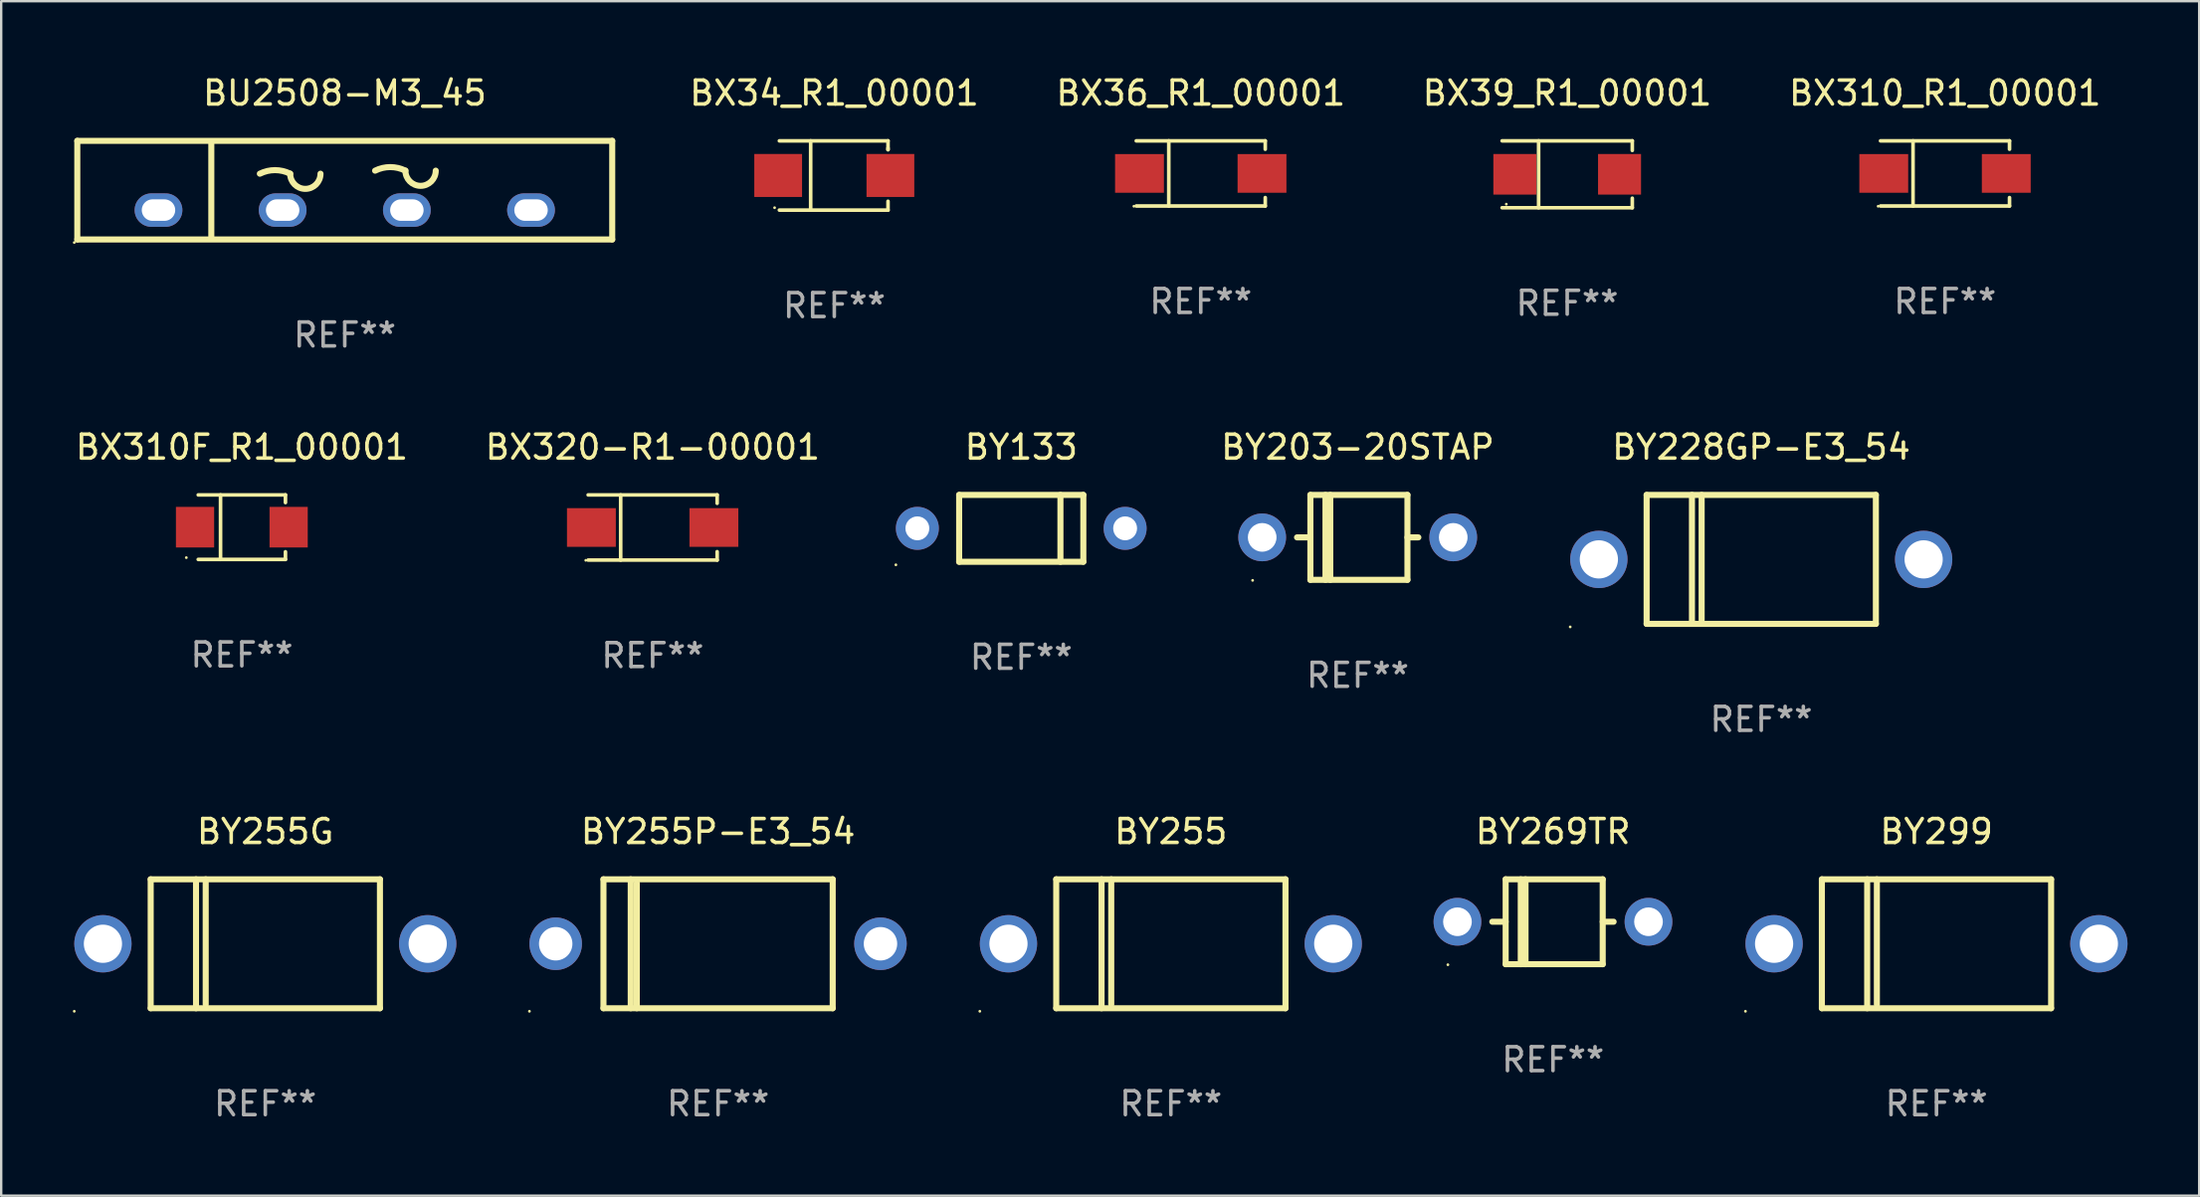
<source format=kicad_pcb>
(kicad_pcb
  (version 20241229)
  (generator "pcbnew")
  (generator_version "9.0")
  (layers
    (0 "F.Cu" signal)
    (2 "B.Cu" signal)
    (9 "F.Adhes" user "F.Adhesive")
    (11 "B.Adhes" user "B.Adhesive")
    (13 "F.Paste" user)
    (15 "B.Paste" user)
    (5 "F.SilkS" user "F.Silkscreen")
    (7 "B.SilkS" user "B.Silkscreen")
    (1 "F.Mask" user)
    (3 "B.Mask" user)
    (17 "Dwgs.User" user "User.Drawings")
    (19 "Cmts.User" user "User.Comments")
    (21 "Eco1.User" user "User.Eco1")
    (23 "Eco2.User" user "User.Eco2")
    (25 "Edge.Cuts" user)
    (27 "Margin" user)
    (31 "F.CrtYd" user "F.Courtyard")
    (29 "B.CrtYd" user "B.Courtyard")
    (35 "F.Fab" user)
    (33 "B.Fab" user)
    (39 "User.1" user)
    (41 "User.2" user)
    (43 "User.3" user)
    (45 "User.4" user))
  (footprint "BY255"
    (layer "F.Cu")
    (at 45.98 36.471)
    (property "Reference" "BY255" (at 0 -4.7 0) (layer "F.SilkS") (effects (font (size 1 1) (thickness 0.15))))
    (attr through_hole)
    (fp_line (start -4.8 -2.7) (end -4.8 2.7) (stroke (width 0.254) (type solid)) (layer "F.SilkS"))
    (fp_line (start -4.8 -2.7) (end 4.8 -2.7) (stroke (width 0.254) (type solid)) (layer "F.SilkS"))
    (fp_line (start -2.902 -2.7) (end -2.902 2.7) (stroke (width 0.254) (type solid)) (layer "F.SilkS"))
    (fp_line (start -2.496 -2.7) (end -2.496 2.54) (stroke (width 0.254) (type solid)) (layer "F.SilkS"))
    (fp_line (start 4.8 -2.7) (end 4.8 2.7) (stroke (width 0.254) (type solid)) (layer "F.SilkS"))
    (fp_line (start 4.8 2.7) (end -4.8 2.7) (stroke (width 0.254) (type solid)) (layer "F.SilkS"))
    (fp_circle (center -8 2.827) (end -7.97 2.827) (stroke (width 0.06) (type solid)) (fill no) (layer "F.SilkS"))
    (fp_text user "REF**" (at 0 6.7 0) (layer "F.Fab") (effects (font (size 1 1) (thickness 0.15))))
    (pad "1" thru_hole circle (at -6.8 0) (size 2.4 2.4) (drill 1.6) (layers "*.Cu" "*.Mask"))
    (pad "2" thru_hole circle (at 6.8 0) (size 2.4 2.4) (drill 1.6) (layers "*.Cu" "*.Mask")))
  (footprint "BX39_R1_00001"
    (layer "F.Cu")
    (at 62.577 4.249)
    (property "Reference" "BX39_R1_00001" (at 0 -3.401 0) (layer "F.SilkS") (effects (font (size 1 1) (thickness 0.15))))
    (attr through_hole)
    (fp_line (start -2.726 -1.401) (end 2.726 -1.401) (stroke (width 0.152) (type solid)) (layer "F.SilkS"))
    (fp_line (start -2.726 1.401) (end 2.726 1.401) (stroke (width 0.152) (type solid)) (layer "F.SilkS"))
    (fp_line (start -1.197 -1.401) (end -1.197 1.401) (stroke (width 0.152) (type solid)) (layer "F.SilkS"))
    (fp_line (start 2.726 -1.401) (end 2.726 -1) (stroke (width 0.152) (type solid)) (layer "F.SilkS"))
    (fp_line (start 2.726 1.401) (end 2.726 1) (stroke (width 0.152) (type solid)) (layer "F.SilkS"))
    (fp_circle (center -2.55 1.25) (end -2.52 1.25) (stroke (width 0.06) (type solid)) (fill no) (layer "F.SilkS"))
    (fp_text user "REF**" (at 0 5.401 0) (layer "F.Fab") (effects (font (size 1 1) (thickness 0.15))))
    (pad "1" smd rect (at -2.192 0) (size 1.8 1.7) (layers "F.Cu" "F.Mask" "F.Paste"))
    (pad "2" smd rect (at 2.192 0) (size 1.8 1.7) (layers "F.Cu" "F.Mask" "F.Paste")))
  (footprint "BY269TR"
    (layer "F.Cu")
    (at 61.981 35.549)
    (property "Reference" "BY269TR" (at 0 -3.778 0) (layer "F.SilkS") (effects (font (size 1 1) (thickness 0.15))))
    (attr through_hole)
    (fp_line (start -1.981 -1.778) (end -1.981 1.778) (stroke (width 0.254) (type solid)) (layer "F.SilkS"))
    (fp_line (start -1.981 0) (end -2.54 0) (stroke (width 0.254) (type solid)) (layer "F.SilkS"))
    (fp_line (start -1.981 1.778) (end 2.083 1.778) (stroke (width 0.254) (type solid)) (layer "F.SilkS"))
    (fp_line (start -1.349 1.778) (end -1.349 -1.778) (stroke (width 0.254) (type solid)) (layer "F.SilkS"))
    (fp_line (start -1.149 1.778) (end -1.149 -1.778) (stroke (width 0.254) (type solid)) (layer "F.SilkS"))
    (fp_line (start 2.083 -1.778) (end -1.981 -1.778) (stroke (width 0.254) (type solid)) (layer "F.SilkS"))
    (fp_line (start 2.083 1.778) (end 2.083 -1.778) (stroke (width 0.254) (type solid)) (layer "F.SilkS"))
    (fp_line (start 2.54 0) (end 2.083 0) (stroke (width 0.254) (type solid)) (layer "F.SilkS"))
    (fp_circle (center -4.4 1.8) (end -4.37 1.8) (stroke (width 0.06) (type solid)) (fill no) (layer "F.SilkS"))
    (fp_text user "REF**" (at 0 5.778 0) (layer "F.Fab") (effects (font (size 1 1) (thickness 0.15))))
    (pad "1" thru_hole circle (at -4 0) (size 2 2) (drill 1.2) (layers "*.Cu" "*.Mask"))
    (pad "2" thru_hole circle (at 4 0) (size 2 2) (drill 1.2) (layers "*.Cu" "*.Mask")))
  (footprint "BY133"
    (layer "F.Cu")
    (at 39.715 19.075)
    (property "Reference" "BY133" (at 0 -3.4 0) (layer "F.SilkS") (effects (font (size 1 1) (thickness 0.15))))
    (attr through_hole)
    (fp_line (start -2.6 1.4) (end -2.6 -1.4) (stroke (width 0.254) (type solid)) (layer "F.SilkS"))
    (fp_line (start 1.641 1.4) (end 1.641 -1.4) (stroke (width 0.254) (type solid)) (layer "F.SilkS"))
    (fp_line (start 2.6 -1.4) (end -2.6 -1.4) (stroke (width 0.254) (type solid)) (layer "F.SilkS"))
    (fp_line (start 2.6 1.4) (end -2.6 1.4) (stroke (width 0.254) (type solid)) (layer "F.SilkS"))
    (fp_line (start 2.6 1.4) (end 2.6 -1.4) (stroke (width 0.254) (type solid)) (layer "F.SilkS"))
    (fp_circle (center -5.25 1.527) (end -5.22 1.527) (stroke (width 0.06) (type solid)) (fill no) (layer "F.SilkS"))
    (fp_text user "REF**" (at 0 5.4 0) (layer "F.Fab") (effects (font (size 1 1) (thickness 0.15))))
    (pad "1" thru_hole circle (at -4.35 0) (size 1.8 1.8) (drill 1) (layers "*.Cu" "*.Mask"))
    (pad "2" thru_hole circle (at 4.35 0) (size 1.8 1.8) (drill 1) (layers "*.Cu" "*.Mask")))
  (footprint "BX310_R1_00001"
    (layer "F.Cu")
    (at 78.398 4.212)
    (property "Reference" "BX310_R1_00001" (at 0 -3.364 0) (layer "F.SilkS") (effects (font (size 1 1) (thickness 0.15))))
    (attr through_hole)
    (fp_line (start -2.701 -1.364) (end 2.701 -1.364) (stroke (width 0.152) (type solid)) (layer "F.SilkS"))
    (fp_line (start -2.701 1.364) (end 2.701 1.364) (stroke (width 0.152) (type solid)) (layer "F.SilkS"))
    (fp_line (start -1.339 -1.364) (end -1.339 1.364) (stroke (width 0.152) (type solid)) (layer "F.SilkS"))
    (fp_line (start 2.701 -1.364) (end 2.701 -1.013) (stroke (width 0.152) (type solid)) (layer "F.SilkS"))
    (fp_line (start 2.701 1.364) (end 2.701 1.013) (stroke (width 0.152) (type solid)) (layer "F.SilkS"))
    (fp_circle (center -2.8 1.375) (end -2.77 1.375) (stroke (width 0.06) (type solid)) (fill no) (layer "F.SilkS"))
    (fp_text user "REF**" (at 0 5.364 0) (layer "F.Fab") (effects (font (size 1 1) (thickness 0.15))))
    (pad "1" smd rect (at -2.565 -0.000025) (size 2.046 1.62) (layers "F.Cu" "F.Mask" "F.Paste"))
    (pad "2" smd rect (at 2.565 -0.000025) (size 2.046 1.62) (layers "F.Cu" "F.Mask" "F.Paste")))
  (footprint "BX36_R1_00001"
    (layer "F.Cu")
    (at 47.232 4.212)
    (property "Reference" "BX36_R1_00001" (at 0 -3.364 0) (layer "F.SilkS") (effects (font (size 1 1) (thickness 0.15))))
    (attr through_hole)
    (fp_line (start -2.701 -1.364) (end 2.701 -1.364) (stroke (width 0.152) (type solid)) (layer "F.SilkS"))
    (fp_line (start -2.701 1.364) (end 2.701 1.364) (stroke (width 0.152) (type solid)) (layer "F.SilkS"))
    (fp_line (start -1.339 -1.364) (end -1.339 1.364) (stroke (width 0.152) (type solid)) (layer "F.SilkS"))
    (fp_line (start 2.701 -1.364) (end 2.701 -1.013) (stroke (width 0.152) (type solid)) (layer "F.SilkS"))
    (fp_line (start 2.701 1.364) (end 2.701 1.013) (stroke (width 0.152) (type solid)) (layer "F.SilkS"))
    (fp_circle (center -2.8 1.375) (end -2.77 1.375) (stroke (width 0.06) (type solid)) (fill no) (layer "F.SilkS"))
    (fp_text user "REF**" (at 0 5.364 0) (layer "F.Fab") (effects (font (size 1 1) (thickness 0.15))))
    (pad "1" smd rect (at -2.565 -0.000025) (size 2.046 1.62) (layers "F.Cu" "F.Mask" "F.Paste"))
    (pad "2" smd rect (at 2.565 -0.000025) (size 2.046 1.62) (layers "F.Cu" "F.Mask" "F.Paste")))
  (footprint "BX320-R1-00001"
    (layer "F.Cu")
    (at 24.28 19.039)
    (property "Reference" "BX320-R1-00001" (at 0 -3.364 0) (layer "F.SilkS") (effects (font (size 1 1) (thickness 0.15))))
    (attr through_hole)
    (fp_line (start -2.701 -1.364) (end 2.701 -1.364) (stroke (width 0.152) (type solid)) (layer "F.SilkS"))
    (fp_line (start -2.701 1.364) (end 2.701 1.364) (stroke (width 0.152) (type solid)) (layer "F.SilkS"))
    (fp_line (start -1.339 -1.364) (end -1.339 1.364) (stroke (width 0.152) (type solid)) (layer "F.SilkS"))
    (fp_line (start 2.701 -1.364) (end 2.701 -1.013) (stroke (width 0.152) (type solid)) (layer "F.SilkS"))
    (fp_line (start 2.701 1.364) (end 2.701 1.013) (stroke (width 0.152) (type solid)) (layer "F.SilkS"))
    (fp_circle (center -2.8 1.375) (end -2.77 1.375) (stroke (width 0.06) (type solid)) (fill no) (layer "F.SilkS"))
    (fp_text user "REF**" (at 0 5.364 0) (layer "F.Fab") (effects (font (size 1 1) (thickness 0.15))))
    (pad "1" smd rect (at -2.565 -0.000025) (size 2.046 1.62) (layers "F.Cu" "F.Mask" "F.Paste"))
    (pad "2" smd rect (at 2.565 -0.000025) (size 2.046 1.62) (layers "F.Cu" "F.Mask" "F.Paste")))
  (footprint "BY299"
    (layer "F.Cu")
    (at 78.041 36.471)
    (property "Reference" "BY299" (at 0 -4.7 0) (layer "F.SilkS") (effects (font (size 1 1) (thickness 0.15))))
    (attr through_hole)
    (fp_line (start -4.8 -2.7) (end -4.8 2.7) (stroke (width 0.254) (type solid)) (layer "F.SilkS"))
    (fp_line (start -4.8 -2.7) (end 4.8 -2.7) (stroke (width 0.254) (type solid)) (layer "F.SilkS"))
    (fp_line (start -2.902 -2.7) (end -2.902 2.7) (stroke (width 0.254) (type solid)) (layer "F.SilkS"))
    (fp_line (start -2.496 -2.7) (end -2.496 2.54) (stroke (width 0.254) (type solid)) (layer "F.SilkS"))
    (fp_line (start 4.8 -2.7) (end 4.8 2.7) (stroke (width 0.254) (type solid)) (layer "F.SilkS"))
    (fp_line (start 4.8 2.7) (end -4.8 2.7) (stroke (width 0.254) (type solid)) (layer "F.SilkS"))
    (fp_circle (center -8 2.827) (end -7.97 2.827) (stroke (width 0.06) (type solid)) (fill no) (layer "F.SilkS"))
    (fp_text user "REF**" (at 0 6.7 0) (layer "F.Fab") (effects (font (size 1 1) (thickness 0.15))))
    (pad "1" thru_hole circle (at -6.8 0) (size 2.4 2.4) (drill 1.6) (layers "*.Cu" "*.Mask"))
    (pad "2" thru_hole circle (at 6.8 0) (size 2.4 2.4) (drill 1.6) (layers "*.Cu" "*.Mask")))
  (footprint "BY255G"
    (layer "F.Cu")
    (at 8.06 36.471)
    (property "Reference" "BY255G" (at 0 -4.7 0) (layer "F.SilkS") (effects (font (size 1 1) (thickness 0.15))))
    (attr through_hole)
    (fp_line (start -4.8 -2.7) (end -4.8 2.7) (stroke (width 0.254) (type solid)) (layer "F.SilkS"))
    (fp_line (start -4.8 -2.7) (end 4.8 -2.7) (stroke (width 0.254) (type solid)) (layer "F.SilkS"))
    (fp_line (start -2.902 -2.7) (end -2.902 2.7) (stroke (width 0.254) (type solid)) (layer "F.SilkS"))
    (fp_line (start -2.496 -2.7) (end -2.496 2.54) (stroke (width 0.254) (type solid)) (layer "F.SilkS"))
    (fp_line (start 4.8 -2.7) (end 4.8 2.7) (stroke (width 0.254) (type solid)) (layer "F.SilkS"))
    (fp_line (start 4.8 2.7) (end -4.8 2.7) (stroke (width 0.254) (type solid)) (layer "F.SilkS"))
    (fp_circle (center -8 2.827) (end -7.97 2.827) (stroke (width 0.06) (type solid)) (fill no) (layer "F.SilkS"))
    (fp_text user "REF**" (at 0 6.7 0) (layer "F.Fab") (effects (font (size 1 1) (thickness 0.15))))
    (pad "1" thru_hole circle (at -6.8 0) (size 2.4 2.4) (drill 1.6) (layers "*.Cu" "*.Mask"))
    (pad "2" thru_hole circle (at 6.8 0) (size 2.4 2.4) (drill 1.6) (layers "*.Cu" "*.Mask")))
  (footprint "BY255P-E3_54"
    (layer "F.Cu")
    (at 27.02 36.471)
    (property "Reference" "BY255P-E3_54" (at 0 -4.7 0) (layer "F.SilkS") (effects (font (size 1 1) (thickness 0.15))))
    (attr through_hole)
    (fp_line (start -4.8 -2.7) (end 4.8 -2.7) (stroke (width 0.254) (type solid)) (layer "F.SilkS"))
    (fp_line (start -4.8 2.7) (end -4.8 -2.7) (stroke (width 0.254) (type solid)) (layer "F.SilkS"))
    (fp_line (start -3.658 2.7) (end -3.658 -2.7) (stroke (width 0.254) (type solid)) (layer "F.SilkS"))
    (fp_line (start -3.404 2.7) (end -3.404 -2.54) (stroke (width 0.254) (type solid)) (layer "F.SilkS"))
    (fp_line (start 4.8 2.7) (end -4.8 2.7) (stroke (width 0.254) (type solid)) (layer "F.SilkS"))
    (fp_line (start 4.8 2.7) (end 4.8 -2.7) (stroke (width 0.254) (type solid)) (layer "F.SilkS"))
    (fp_circle (center -7.9 2.827) (end -7.87 2.827) (stroke (width 0.06) (type solid)) (fill no) (layer "F.SilkS"))
    (fp_text user "REF**" (at 0 6.7 0) (layer "F.Fab") (effects (font (size 1 1) (thickness 0.15))))
    (pad "1" thru_hole circle (at -6.8 0) (size 2.2 2.2) (drill 1.4) (layers "*.Cu" "*.Mask"))
    (pad "2" thru_hole circle (at 6.8 0) (size 2.2 2.2) (drill 1.4) (layers "*.Cu" "*.Mask")))
  (footprint "BY228GP-E3_54"
    (layer "F.Cu")
    (at 70.703 20.375)
    (property "Reference" "BY228GP-E3_54" (at 0 -4.7 0) (layer "F.SilkS") (effects (font (size 1 1) (thickness 0.15))))
    (attr through_hole)
    (fp_line (start -4.8 -2.7) (end -4.8 2.7) (stroke (width 0.254) (type solid)) (layer "F.SilkS"))
    (fp_line (start -4.8 -2.7) (end 4.8 -2.7) (stroke (width 0.254) (type solid)) (layer "F.SilkS"))
    (fp_line (start -2.902 -2.7) (end -2.902 2.7) (stroke (width 0.254) (type solid)) (layer "F.SilkS"))
    (fp_line (start -2.496 -2.7) (end -2.496 2.54) (stroke (width 0.254) (type solid)) (layer "F.SilkS"))
    (fp_line (start 4.8 -2.7) (end 4.8 2.7) (stroke (width 0.254) (type solid)) (layer "F.SilkS"))
    (fp_line (start 4.8 2.7) (end -4.8 2.7) (stroke (width 0.254) (type solid)) (layer "F.SilkS"))
    (fp_circle (center -8 2.827) (end -7.97 2.827) (stroke (width 0.06) (type solid)) (fill no) (layer "F.SilkS"))
    (fp_text user "REF**" (at 0 6.7 0) (layer "F.Fab") (effects (font (size 1 1) (thickness 0.15))))
    (pad "1" thru_hole circle (at -6.8 0) (size 2.4 2.4) (drill 1.6) (layers "*.Cu" "*.Mask"))
    (pad "2" thru_hole circle (at 6.8 0) (size 2.4 2.4) (drill 1.6) (layers "*.Cu" "*.Mask")))
  (footprint "BY203-20STAP"
    (layer "F.Cu")
    (at 53.804 19.453)
    (property "Reference" "BY203-20STAP" (at 0 -3.778 0) (layer "F.SilkS") (effects (font (size 1 1) (thickness 0.15))))
    (attr through_hole)
    (fp_line (start -1.981 -1.778) (end -1.981 1.778) (stroke (width 0.254) (type solid)) (layer "F.SilkS"))
    (fp_line (start -1.981 0) (end -2.54 0) (stroke (width 0.254) (type solid)) (layer "F.SilkS"))
    (fp_line (start -1.981 1.778) (end 2.083 1.778) (stroke (width 0.254) (type solid)) (layer "F.SilkS"))
    (fp_line (start -1.349 1.778) (end -1.349 -1.778) (stroke (width 0.254) (type solid)) (layer "F.SilkS"))
    (fp_line (start -1.149 1.778) (end -1.149 -1.778) (stroke (width 0.254) (type solid)) (layer "F.SilkS"))
    (fp_line (start 2.083 -1.778) (end -1.981 -1.778) (stroke (width 0.254) (type solid)) (layer "F.SilkS"))
    (fp_line (start 2.083 1.778) (end 2.083 -1.778) (stroke (width 0.254) (type solid)) (layer "F.SilkS"))
    (fp_line (start 2.54 0) (end 2.083 0) (stroke (width 0.254) (type solid)) (layer "F.SilkS"))
    (fp_circle (center -4.4 1.8) (end -4.37 1.8) (stroke (width 0.06) (type solid)) (fill no) (layer "F.SilkS"))
    (fp_text user "REF**" (at 0 5.778 0) (layer "F.Fab") (effects (font (size 1 1) (thickness 0.15))))
    (pad "1" thru_hole circle (at -4 0) (size 2 2) (drill 1.2) (layers "*.Cu" "*.Mask"))
    (pad "2" thru_hole circle (at 4 0) (size 2 2) (drill 1.2) (layers "*.Cu" "*.Mask")))
  (footprint "BU2508-M3_45"
    (layer "F.Cu")
    (at 11.387 4.913)
    (property "Reference" "BU2508-M3_45" (at 0 -4.065 0) (layer "F.SilkS") (effects (font (size 1 1) (thickness 0.15))))
    (attr through_hole)
    (fp_line (start -11.2 2.065) (end -11.2 -2.065) (stroke (width 0.254) (type solid)) (layer "F.SilkS"))
    (fp_line (start -11.2 2.065) (end 11.2 2.065) (stroke (width 0.254) (type solid)) (layer "F.SilkS"))
    (fp_line (start -5.588 1.978) (end -5.588 -2.025) (stroke (width 0.254) (type solid)) (layer "F.SilkS"))
    (fp_line (start 11.2 -2.065) (end -11.2 -2.065) (stroke (width 0.254) (type solid)) (layer "F.SilkS"))
    (fp_line (start 11.2 -2.065) (end 11.2 2.065) (stroke (width 0.254) (type solid)) (layer "F.SilkS"))
    (fp_arc (start -3.556007 -0.689103) (mid -2.921006 -0.839006) (end -2.286005 -0.689103) (stroke (width 0.254001) (type solid)) (layer "F.SilkS"))
    (fp_arc (start -1.016002 -0.689103) (mid -1.651003 -0.054102) (end -2.286004 -0.689103) (stroke (width 0.254001) (type solid)) (layer "F.SilkS"))
    (fp_arc (start 1.270003 -0.816104) (mid 1.905004 -0.966007) (end 2.540006 -0.816104) (stroke (width 0.254001) (type solid)) (layer "F.SilkS"))
    (fp_arc (start 3.810008 -0.816104) (mid 3.175006 -0.181102) (end 2.540004 -0.816104) (stroke (width 0.254001) (type solid)) (layer "F.SilkS"))
    (fp_circle (center -11.327 2.192) (end -11.297 2.192) (stroke (width 0.06) (type solid)) (fill no) (layer "F.SilkS"))
    (fp_text user "+" (at -8.636 -0.875 0) (layer "B.Mask") (effects (font (size 1 1) (thickness 0.15))))
    (fp_text user "-" (at 6.858 -0.943 0) (layer "B.Mask") (effects (font (size 1 1) (thickness 0.15))))
    (fp_text user "REF**" (at 0 6.065 0) (layer "F.Fab") (effects (font (size 1 1) (thickness 0.15))))
    (pad "1" thru_hole oval (at -7.8 0.835 90) (size 1.4 2) (drill oval 0.9 1.4) (layers "*.Cu" "*.Mask"))
    (pad "2" thru_hole oval (at -2.601 0.835 90) (size 1.4 2) (drill oval 0.9 1.4) (layers "*.Cu" "*.Mask"))
    (pad "3" thru_hole oval (at 2.601 0.835 90) (size 1.4 2) (drill oval 0.9 1.4) (layers "*.Cu" "*.Mask"))
    (pad "4" thru_hole oval (at 7.8 0.835 90) (size 1.4 2) (drill oval 0.9 1.4) (layers "*.Cu" "*.Mask")))
  (footprint "BX34_R1_00001"
    (layer "F.Cu")
    (at 31.886 4.298)
    (property "Reference" "BX34_R1_00001" (at 0 -3.45 0) (layer "F.SilkS") (effects (font (size 1 1) (thickness 0.15))))
    (attr through_hole)
    (fp_line (start -2.3 -1.45) (end 2.25 -1.45) (stroke (width 0.152) (type solid)) (layer "F.SilkS"))
    (fp_line (start -0.989 -1.45) (end -0.989 1.45) (stroke (width 0.152) (type solid)) (layer "F.SilkS"))
    (fp_line (start 2.25 -1.45) (end 2.25 -1.08) (stroke (width 0.152) (type solid)) (layer "F.SilkS"))
    (fp_line (start 2.25 -1.08) (end 2.25 -1.142) (stroke (width 0.152) (type solid)) (layer "F.SilkS"))
    (fp_line (start 2.25 1.45) (end -2.3 1.45) (stroke (width 0.152) (type solid)) (layer "F.SilkS"))
    (fp_line (start 2.25 1.45) (end 2.25 1.08) (stroke (width 0.152) (type solid)) (layer "F.SilkS"))
    (fp_circle (center -2.5 1.35) (end -2.47 1.35) (stroke (width 0.06) (type solid)) (fill no) (layer "F.SilkS"))
    (fp_text user "REF**" (at 0 5.45 0) (layer "F.Fab") (effects (font (size 1 1) (thickness 0.15))))
    (pad "1" smd rect (at -2.35 0.000025) (size 2 1.8) (layers "F.Cu" "F.Mask" "F.Paste"))
    (pad "2" smd rect (at 2.35 0.000025) (size 2 1.8) (layers "F.Cu" "F.Mask" "F.Paste")))
  (footprint "BX310F_R1_00001"
    (layer "F.Cu")
    (at 7.077 19.026)
    (property "Reference" "BX310F_R1_00001" (at 0 -3.351 0) (layer "F.SilkS") (effects (font (size 1 1) (thickness 0.15))))
    (attr through_hole)
    (fp_line (start -1.826 -1.351) (end 1.826 -1.351) (stroke (width 0.152) (type solid)) (layer "F.SilkS"))
    (fp_line (start -1.826 1.351) (end 1.826 1.351) (stroke (width 0.152) (type solid)) (layer "F.SilkS"))
    (fp_line (start -0.892 -1.351) (end -0.892 1.351) (stroke (width 0.152) (type solid)) (layer "F.SilkS"))
    (fp_line (start 1.826 -1.351) (end 1.826 -1.03) (stroke (width 0.152) (type solid)) (layer "F.SilkS"))
    (fp_line (start 1.826 1.03) (end 1.826 1.351) (stroke (width 0.152) (type solid)) (layer "F.SilkS"))
    (fp_circle (center -2.325 1.275) (end -2.295 1.275) (stroke (width 0.06) (type solid)) (fill no) (layer "F.SilkS"))
    (fp_text user "REF**" (at 0 5.351 0) (layer "F.Fab") (effects (font (size 1 1) (thickness 0.15))))
    (pad "1" smd rect (at -1.96 0 180) (size 1.6 1.7) (layers "F.Cu" "F.Mask" "F.Paste"))
    (pad "2" smd rect (at 1.96 0 180) (size 1.6 1.7) (layers "F.Cu" "F.Mask" "F.Paste")))
  (gr_rect
    (start -3 -3)
    (end 89.041 47.02)
    (stroke (width 0.1) (type default))
    (fill no)
    (layer "Edge.Cuts")))
</source>
